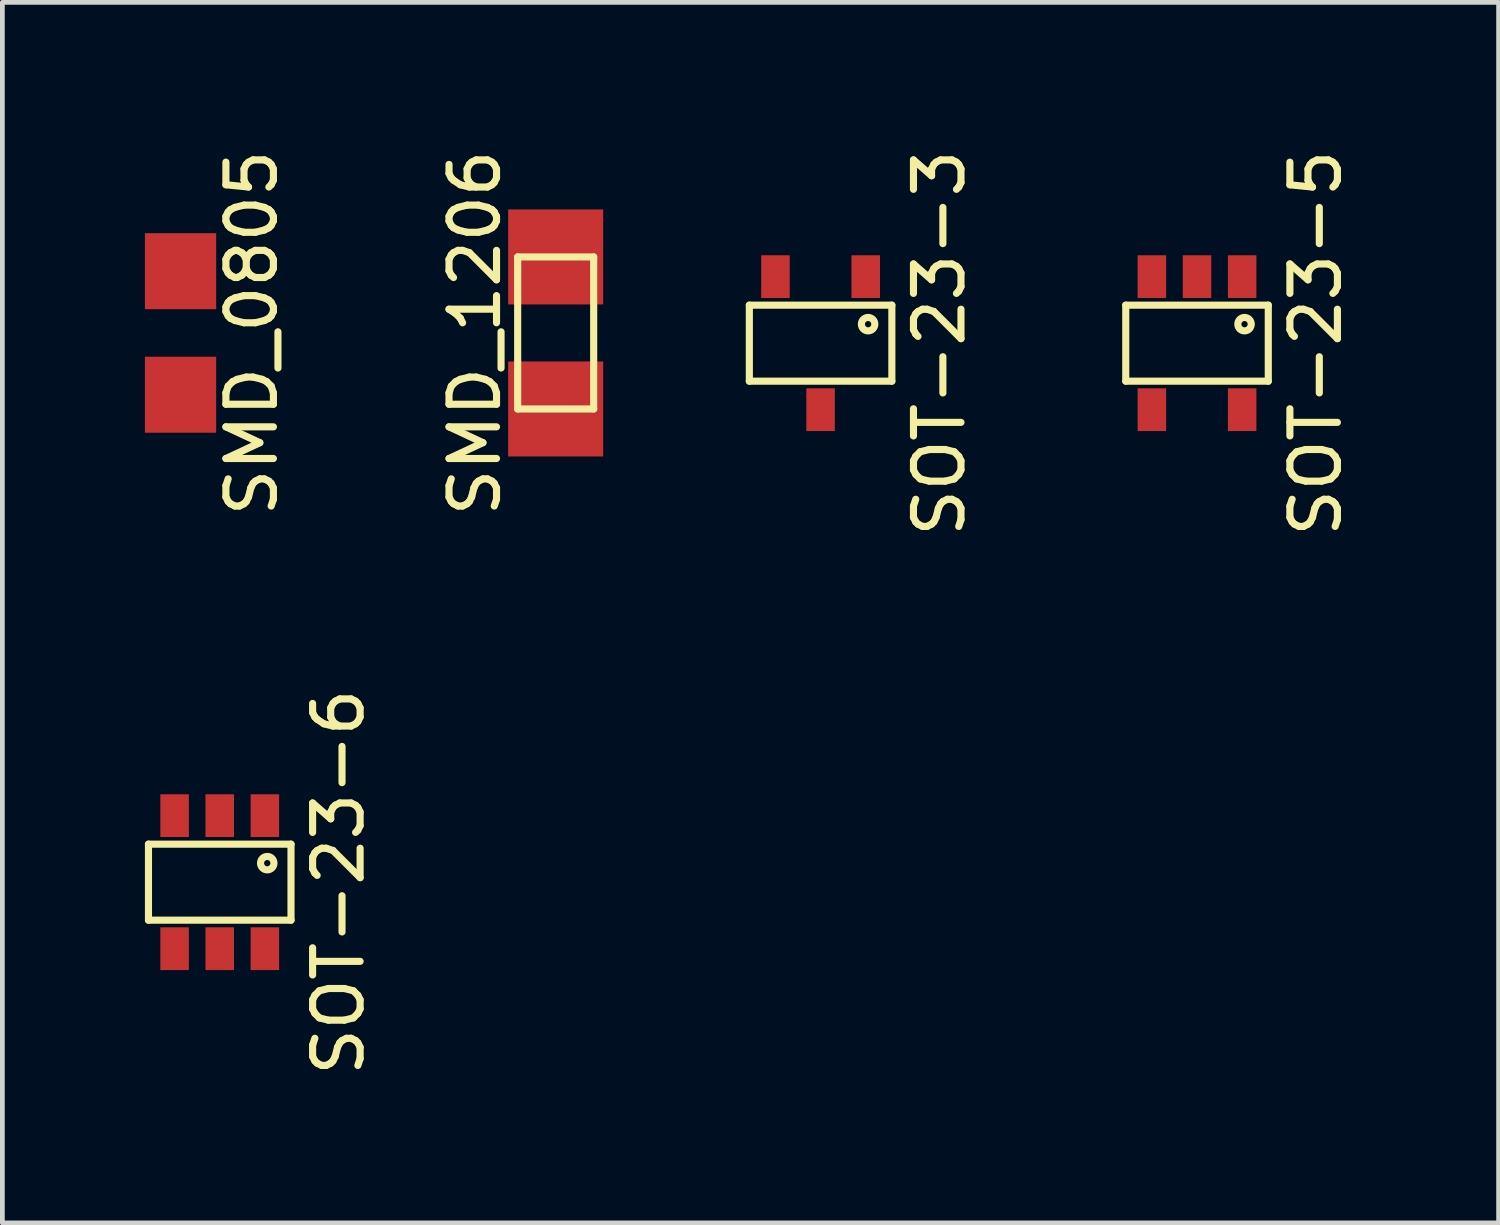
<source format=kicad_pcb>
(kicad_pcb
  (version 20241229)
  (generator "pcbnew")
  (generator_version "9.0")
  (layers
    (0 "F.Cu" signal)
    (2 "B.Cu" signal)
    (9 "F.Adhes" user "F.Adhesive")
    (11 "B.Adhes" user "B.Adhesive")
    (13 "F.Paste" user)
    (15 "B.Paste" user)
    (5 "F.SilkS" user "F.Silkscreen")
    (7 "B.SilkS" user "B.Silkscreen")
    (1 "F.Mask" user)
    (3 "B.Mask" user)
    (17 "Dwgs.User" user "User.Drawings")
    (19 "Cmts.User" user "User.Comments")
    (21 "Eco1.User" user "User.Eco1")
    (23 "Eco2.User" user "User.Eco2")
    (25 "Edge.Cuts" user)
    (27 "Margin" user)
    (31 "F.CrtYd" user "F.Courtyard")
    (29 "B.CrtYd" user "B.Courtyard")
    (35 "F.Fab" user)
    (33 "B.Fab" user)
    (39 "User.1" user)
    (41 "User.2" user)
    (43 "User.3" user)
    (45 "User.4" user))
  (footprint "SOT-23-6"
    (layer "F.Cu")
    (at 1.575 15.518)
    (property "Reference" "SOT-23-6" (at 2.5 0 90) (layer "F.SilkS") (effects (font (size 1 1) (thickness 0.15))))
    (attr through_hole)
    (fp_line (start -1.5 -0.8) (end -1.5 0.8) (stroke (width 0.15) (type solid)) (layer "F.SilkS"))
    (fp_line (start -1.5 0.8) (end 1.5 0.8) (stroke (width 0.15) (type solid)) (layer "F.SilkS"))
    (fp_line (start 1.5 -0.8) (end -1.5 -0.8) (stroke (width 0.15) (type solid)) (layer "F.SilkS"))
    (fp_line (start 1.5 0.8) (end 1.5 -0.8) (stroke (width 0.15) (type solid)) (layer "F.SilkS"))
    (fp_circle (center 1 -0.4) (end 1.1 -0.5) (stroke (width 0.15) (type solid)) (fill no) (layer "F.SilkS"))
    (pad "1" smd rect (at 0.95 -1.4) (size 0.6 0.9) (layers "F.Cu" "F.Mask" "F.Paste"))
    (pad "2" smd rect (at 0 -1.4) (size 0.6 0.9) (layers "F.Cu" "F.Mask" "F.Paste"))
    (pad "3" smd rect (at -0.95 -1.4) (size 0.6 0.9) (layers "F.Cu" "F.Mask" "F.Paste"))
    (pad "4" smd rect (at -0.95 1.4) (size 0.6 0.9) (layers "F.Cu" "F.Mask" "F.Paste"))
    (pad "5" smd rect (at 0 1.4) (size 0.6 0.9) (layers "F.Cu" "F.Mask" "F.Paste"))
    (pad "6" smd rect (at 0.95 1.4) (size 0.6 0.9) (layers "F.Cu" "F.Mask" "F.Paste")))
  (footprint "SOT-23-5"
    (layer "F.Cu")
    (at 22.145 4.173)
    (property "Reference" "SOT-23-5" (at 2.5 0 90) (layer "F.SilkS") (effects (font (size 1 1) (thickness 0.15))))
    (attr through_hole)
    (fp_line (start -1.5 -0.8) (end -1.5 0.8) (stroke (width 0.15) (type solid)) (layer "F.SilkS"))
    (fp_line (start -1.5 0.8) (end 1.5 0.8) (stroke (width 0.15) (type solid)) (layer "F.SilkS"))
    (fp_line (start 1.5 -0.8) (end -1.5 -0.8) (stroke (width 0.15) (type solid)) (layer "F.SilkS"))
    (fp_line (start 1.5 0.8) (end 1.5 -0.8) (stroke (width 0.15) (type solid)) (layer "F.SilkS"))
    (fp_circle (center 1 -0.4) (end 1.1 -0.5) (stroke (width 0.15) (type solid)) (fill no) (layer "F.SilkS"))
    (pad "1" smd rect (at 0.95 -1.4) (size 0.6 0.9) (layers "F.Cu" "F.Mask" "F.Paste"))
    (pad "2" smd rect (at 0 -1.4) (size 0.6 0.9) (layers "F.Cu" "F.Mask" "F.Paste"))
    (pad "3" smd rect (at -0.95 -1.4) (size 0.6 0.9) (layers "F.Cu" "F.Mask" "F.Paste"))
    (pad "4" smd rect (at -0.95 1.4) (size 0.6 0.9) (layers "F.Cu" "F.Mask" "F.Paste"))
    (pad "5" smd rect (at 0.95 1.4) (size 0.6 0.9) (layers "F.Cu" "F.Mask" "F.Paste")))
  (footprint "SOT-23-3"
    (layer "F.Cu")
    (at 14.222 4.173)
    (property "Reference" "SOT-23-3" (at 2.5 0 90) (layer "F.SilkS") (effects (font (size 1 1) (thickness 0.15))))
    (attr through_hole)
    (fp_line (start -1.5 -0.8) (end -1.5 0.8) (stroke (width 0.15) (type solid)) (layer "F.SilkS"))
    (fp_line (start -1.5 0.8) (end 1.5 0.8) (stroke (width 0.15) (type solid)) (layer "F.SilkS"))
    (fp_line (start 1.5 -0.8) (end -1.5 -0.8) (stroke (width 0.15) (type solid)) (layer "F.SilkS"))
    (fp_line (start 1.5 0.8) (end 1.5 -0.8) (stroke (width 0.15) (type solid)) (layer "F.SilkS"))
    (fp_circle (center 1 -0.4) (end 1.1 -0.5) (stroke (width 0.15) (type solid)) (fill no) (layer "F.SilkS"))
    (pad "1" smd rect (at 0.95 -1.4) (size 0.6 0.9) (layers "F.Cu" "F.Mask" "F.Paste"))
    (pad "2" smd rect (at -0.95 -1.4) (size 0.6 0.9) (layers "F.Cu" "F.Mask" "F.Paste"))
    (pad "3" smd rect (at 0 1.4) (size 0.6 0.9) (layers "F.Cu" "F.Mask" "F.Paste")))
  (footprint "SMD_0805"
    (layer "F.Cu")
    (at 0.75 3.958)
    (property "Reference" "SMD_0805" (at 1.5 0 90) (layer "F.SilkS") (effects (font (size 1 1) (thickness 0.15))))
    (attr through_hole)
    (fp_line (start -0.6 -1) (end 0.6 -1) (stroke (width 0.15) (type solid)) (layer "Margin"))
    (fp_line (start -0.6 1) (end -0.6 -1) (stroke (width 0.15) (type solid)) (layer "Margin"))
    (fp_line (start 0.6 -1) (end 0.6 1) (stroke (width 0.15) (type solid)) (layer "Margin"))
    (fp_line (start 0.6 1) (end -0.6 1) (stroke (width 0.15) (type solid)) (layer "Margin"))
    (pad "1" smd rect (at 0 -1.3) (size 1.5 1.6) (layers "F.Cu" "F.Mask" "F.Paste"))
    (pad "2" smd rect (at 0 1.3) (size 1.5 1.6) (layers "F.Cu" "F.Mask" "F.Paste")))
  (footprint "SMD_1206"
    (layer "F.Cu")
    (at 8.646 3.958)
    (property "Reference" "SMD_1206" (at -1.7 0 90) (layer "F.SilkS") (effects (font (size 1 1) (thickness 0.15))))
    (attr through_hole)
    (fp_line (start -0.8 -1.6) (end 0.8 -1.6) (stroke (width 0.15) (type solid)) (layer "F.SilkS"))
    (fp_line (start -0.8 1.6) (end -0.8 -1.6) (stroke (width 0.15) (type solid)) (layer "F.SilkS"))
    (fp_line (start 0.8 -1.6) (end 0.8 1.6) (stroke (width 0.15) (type solid)) (layer "F.SilkS"))
    (fp_line (start 0.8 1.6) (end -0.8 1.6) (stroke (width 0.15) (type solid)) (layer "F.SilkS"))
    (pad "1" smd rect (at 0 -1.6) (size 2 2) (layers "F.Cu" "F.Mask" "F.Paste"))
    (pad "2" smd rect (at 0 1.6) (size 2 2) (layers "F.Cu" "F.Mask" "F.Paste")))
  (gr_rect
    (start -3 -3)
    (end 28.493 22.69)
    (stroke (width 0.1) (type default))
    (fill no)
    (layer "Edge.Cuts")))
</source>
